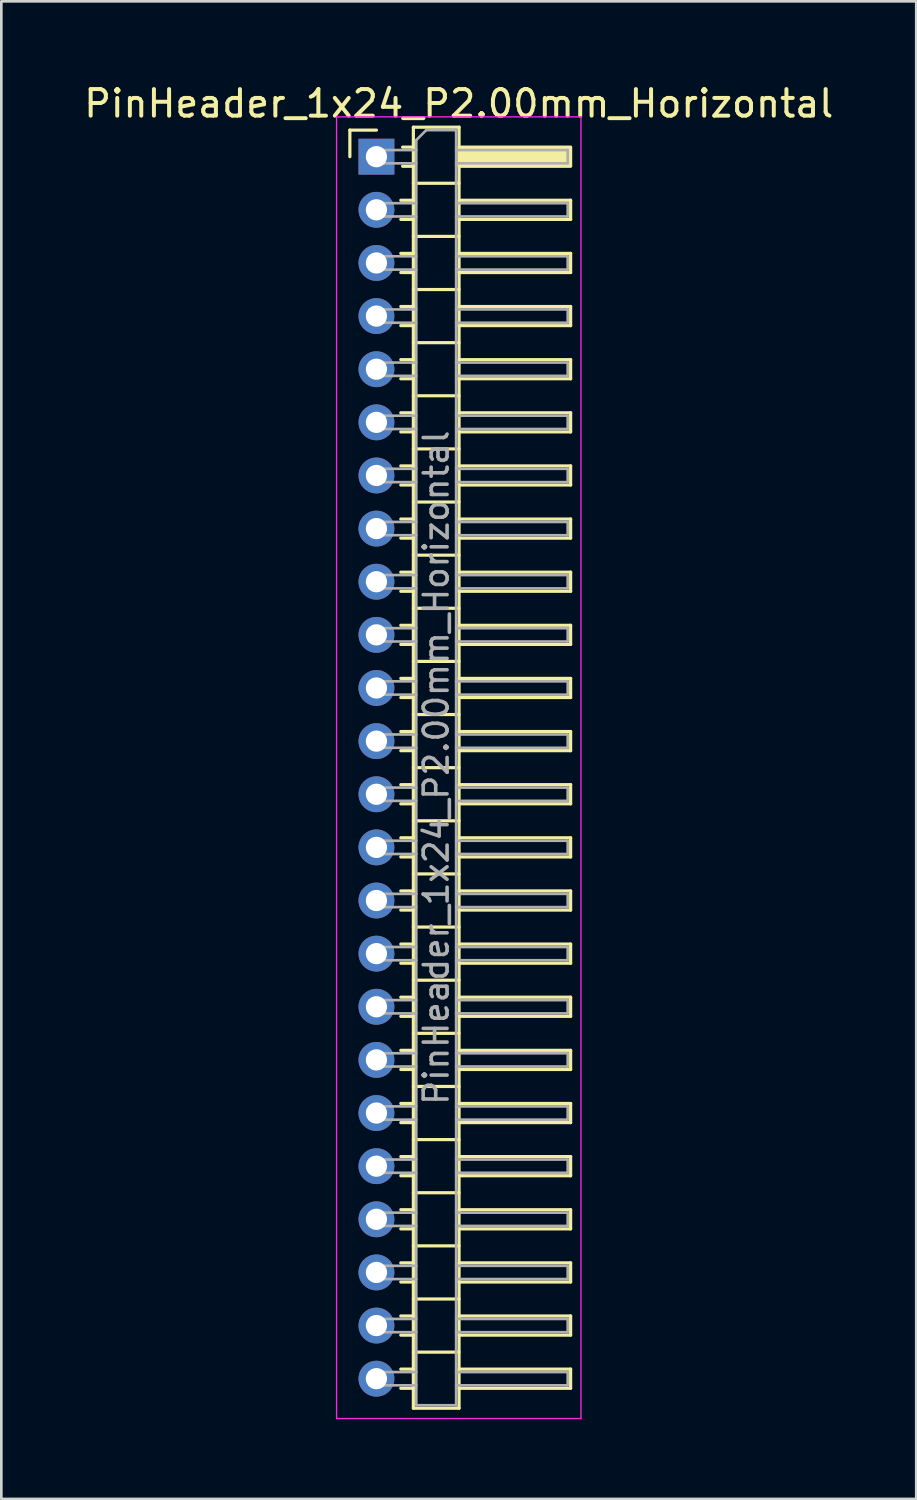
<source format=kicad_pcb>
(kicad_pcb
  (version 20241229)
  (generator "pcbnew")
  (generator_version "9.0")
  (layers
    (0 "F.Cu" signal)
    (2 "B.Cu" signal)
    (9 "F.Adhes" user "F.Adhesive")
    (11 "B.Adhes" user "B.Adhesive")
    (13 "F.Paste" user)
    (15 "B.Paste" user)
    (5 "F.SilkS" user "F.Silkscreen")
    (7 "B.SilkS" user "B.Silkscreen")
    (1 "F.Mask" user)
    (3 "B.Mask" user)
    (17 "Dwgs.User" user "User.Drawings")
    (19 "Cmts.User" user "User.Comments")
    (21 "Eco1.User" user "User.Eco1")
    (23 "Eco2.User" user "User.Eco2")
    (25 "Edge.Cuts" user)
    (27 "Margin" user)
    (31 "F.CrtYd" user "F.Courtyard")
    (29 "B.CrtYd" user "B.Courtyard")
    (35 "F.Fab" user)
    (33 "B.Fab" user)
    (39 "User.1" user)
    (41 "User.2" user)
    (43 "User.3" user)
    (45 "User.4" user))
  (footprint "PinHeader_1x24_P2.00mm_Horizontal"
    (layer "F.Cu")
    (at 11.12 2.848)
    (property "Reference" "PinHeader_1x24_P2.00mm_Horizontal" (at 3.1 -2 0) (layer "F.SilkS") (effects (font (size 1 1) (thickness 0.15))))
    (attr through_hole)
    (fp_line (start -1 -1) (end 0 -1) (stroke (width 0.12) (type solid)) (layer "F.SilkS"))
    (fp_line (start -1 0) (end -1 -1) (stroke (width 0.12) (type solid)) (layer "F.SilkS"))
    (fp_line (start 0.917 1.64) (end 1.39 1.64) (stroke (width 0.12) (type solid)) (layer "F.SilkS"))
    (fp_line (start 0.917 2.36) (end 1.39 2.36) (stroke (width 0.12) (type solid)) (layer "F.SilkS"))
    (fp_line (start 0.917 3.64) (end 1.39 3.64) (stroke (width 0.12) (type solid)) (layer "F.SilkS"))
    (fp_line (start 0.917 4.36) (end 1.39 4.36) (stroke (width 0.12) (type solid)) (layer "F.SilkS"))
    (fp_line (start 0.917 5.64) (end 1.39 5.64) (stroke (width 0.12) (type solid)) (layer "F.SilkS"))
    (fp_line (start 0.917 6.36) (end 1.39 6.36) (stroke (width 0.12) (type solid)) (layer "F.SilkS"))
    (fp_line (start 0.917 7.64) (end 1.39 7.64) (stroke (width 0.12) (type solid)) (layer "F.SilkS"))
    (fp_line (start 0.917 8.36) (end 1.39 8.36) (stroke (width 0.12) (type solid)) (layer "F.SilkS"))
    (fp_line (start 0.917 9.64) (end 1.39 9.64) (stroke (width 0.12) (type solid)) (layer "F.SilkS"))
    (fp_line (start 0.917 10.36) (end 1.39 10.36) (stroke (width 0.12) (type solid)) (layer "F.SilkS"))
    (fp_line (start 0.917 11.64) (end 1.39 11.64) (stroke (width 0.12) (type solid)) (layer "F.SilkS"))
    (fp_line (start 0.917 12.36) (end 1.39 12.36) (stroke (width 0.12) (type solid)) (layer "F.SilkS"))
    (fp_line (start 0.917 13.64) (end 1.39 13.64) (stroke (width 0.12) (type solid)) (layer "F.SilkS"))
    (fp_line (start 0.917 14.36) (end 1.39 14.36) (stroke (width 0.12) (type solid)) (layer "F.SilkS"))
    (fp_line (start 0.917 15.64) (end 1.39 15.64) (stroke (width 0.12) (type solid)) (layer "F.SilkS"))
    (fp_line (start 0.917 16.36) (end 1.39 16.36) (stroke (width 0.12) (type solid)) (layer "F.SilkS"))
    (fp_line (start 0.917 17.64) (end 1.39 17.64) (stroke (width 0.12) (type solid)) (layer "F.SilkS"))
    (fp_line (start 0.917 18.36) (end 1.39 18.36) (stroke (width 0.12) (type solid)) (layer "F.SilkS"))
    (fp_line (start 0.917 19.64) (end 1.39 19.64) (stroke (width 0.12) (type solid)) (layer "F.SilkS"))
    (fp_line (start 0.917 20.36) (end 1.39 20.36) (stroke (width 0.12) (type solid)) (layer "F.SilkS"))
    (fp_line (start 0.917 21.64) (end 1.39 21.64) (stroke (width 0.12) (type solid)) (layer "F.SilkS"))
    (fp_line (start 0.917 22.36) (end 1.39 22.36) (stroke (width 0.12) (type solid)) (layer "F.SilkS"))
    (fp_line (start 0.917 23.64) (end 1.39 23.64) (stroke (width 0.12) (type solid)) (layer "F.SilkS"))
    (fp_line (start 0.917 24.36) (end 1.39 24.36) (stroke (width 0.12) (type solid)) (layer "F.SilkS"))
    (fp_line (start 0.917 25.64) (end 1.39 25.64) (stroke (width 0.12) (type solid)) (layer "F.SilkS"))
    (fp_line (start 0.917 26.36) (end 1.39 26.36) (stroke (width 0.12) (type solid)) (layer "F.SilkS"))
    (fp_line (start 0.917 27.64) (end 1.39 27.64) (stroke (width 0.12) (type solid)) (layer "F.SilkS"))
    (fp_line (start 0.917 28.36) (end 1.39 28.36) (stroke (width 0.12) (type solid)) (layer "F.SilkS"))
    (fp_line (start 0.917 29.64) (end 1.39 29.64) (stroke (width 0.12) (type solid)) (layer "F.SilkS"))
    (fp_line (start 0.917 30.36) (end 1.39 30.36) (stroke (width 0.12) (type solid)) (layer "F.SilkS"))
    (fp_line (start 0.917 31.64) (end 1.39 31.64) (stroke (width 0.12) (type solid)) (layer "F.SilkS"))
    (fp_line (start 0.917 32.36) (end 1.39 32.36) (stroke (width 0.12) (type solid)) (layer "F.SilkS"))
    (fp_line (start 0.917 33.64) (end 1.39 33.64) (stroke (width 0.12) (type solid)) (layer "F.SilkS"))
    (fp_line (start 0.917 34.36) (end 1.39 34.36) (stroke (width 0.12) (type solid)) (layer "F.SilkS"))
    (fp_line (start 0.917 35.64) (end 1.39 35.64) (stroke (width 0.12) (type solid)) (layer "F.SilkS"))
    (fp_line (start 0.917 36.36) (end 1.39 36.36) (stroke (width 0.12) (type solid)) (layer "F.SilkS"))
    (fp_line (start 0.917 37.64) (end 1.39 37.64) (stroke (width 0.12) (type solid)) (layer "F.SilkS"))
    (fp_line (start 0.917 38.36) (end 1.39 38.36) (stroke (width 0.12) (type solid)) (layer "F.SilkS"))
    (fp_line (start 0.917 39.64) (end 1.39 39.64) (stroke (width 0.12) (type solid)) (layer "F.SilkS"))
    (fp_line (start 0.917 40.36) (end 1.39 40.36) (stroke (width 0.12) (type solid)) (layer "F.SilkS"))
    (fp_line (start 0.917 41.64) (end 1.39 41.64) (stroke (width 0.12) (type solid)) (layer "F.SilkS"))
    (fp_line (start 0.917 42.36) (end 1.39 42.36) (stroke (width 0.12) (type solid)) (layer "F.SilkS"))
    (fp_line (start 0.917 43.64) (end 1.39 43.64) (stroke (width 0.12) (type solid)) (layer "F.SilkS"))
    (fp_line (start 0.917 44.36) (end 1.39 44.36) (stroke (width 0.12) (type solid)) (layer "F.SilkS"))
    (fp_line (start 0.917 45.64) (end 1.39 45.64) (stroke (width 0.12) (type solid)) (layer "F.SilkS"))
    (fp_line (start 0.917 46.36) (end 1.39 46.36) (stroke (width 0.12) (type solid)) (layer "F.SilkS"))
    (fp_line (start 0.985 -0.36) (end 1.39 -0.36) (stroke (width 0.12) (type solid)) (layer "F.SilkS"))
    (fp_line (start 0.985 0.36) (end 1.39 0.36) (stroke (width 0.12) (type solid)) (layer "F.SilkS"))
    (fp_line (start 1.39 -1.11) (end 1.39 47.11) (stroke (width 0.12) (type solid)) (layer "F.SilkS"))
    (fp_line (start 1.39 1) (end 3.11 1) (stroke (width 0.12) (type solid)) (layer "F.SilkS"))
    (fp_line (start 1.39 3) (end 3.11 3) (stroke (width 0.12) (type solid)) (layer "F.SilkS"))
    (fp_line (start 1.39 5) (end 3.11 5) (stroke (width 0.12) (type solid)) (layer "F.SilkS"))
    (fp_line (start 1.39 7) (end 3.11 7) (stroke (width 0.12) (type solid)) (layer "F.SilkS"))
    (fp_line (start 1.39 9) (end 3.11 9) (stroke (width 0.12) (type solid)) (layer "F.SilkS"))
    (fp_line (start 1.39 11) (end 3.11 11) (stroke (width 0.12) (type solid)) (layer "F.SilkS"))
    (fp_line (start 1.39 13) (end 3.11 13) (stroke (width 0.12) (type solid)) (layer "F.SilkS"))
    (fp_line (start 1.39 15) (end 3.11 15) (stroke (width 0.12) (type solid)) (layer "F.SilkS"))
    (fp_line (start 1.39 17) (end 3.11 17) (stroke (width 0.12) (type solid)) (layer "F.SilkS"))
    (fp_line (start 1.39 19) (end 3.11 19) (stroke (width 0.12) (type solid)) (layer "F.SilkS"))
    (fp_line (start 1.39 21) (end 3.11 21) (stroke (width 0.12) (type solid)) (layer "F.SilkS"))
    (fp_line (start 1.39 23) (end 3.11 23) (stroke (width 0.12) (type solid)) (layer "F.SilkS"))
    (fp_line (start 1.39 25) (end 3.11 25) (stroke (width 0.12) (type solid)) (layer "F.SilkS"))
    (fp_line (start 1.39 27) (end 3.11 27) (stroke (width 0.12) (type solid)) (layer "F.SilkS"))
    (fp_line (start 1.39 29) (end 3.11 29) (stroke (width 0.12) (type solid)) (layer "F.SilkS"))
    (fp_line (start 1.39 31) (end 3.11 31) (stroke (width 0.12) (type solid)) (layer "F.SilkS"))
    (fp_line (start 1.39 33) (end 3.11 33) (stroke (width 0.12) (type solid)) (layer "F.SilkS"))
    (fp_line (start 1.39 35) (end 3.11 35) (stroke (width 0.12) (type solid)) (layer "F.SilkS"))
    (fp_line (start 1.39 37) (end 3.11 37) (stroke (width 0.12) (type solid)) (layer "F.SilkS"))
    (fp_line (start 1.39 39) (end 3.11 39) (stroke (width 0.12) (type solid)) (layer "F.SilkS"))
    (fp_line (start 1.39 41) (end 3.11 41) (stroke (width 0.12) (type solid)) (layer "F.SilkS"))
    (fp_line (start 1.39 43) (end 3.11 43) (stroke (width 0.12) (type solid)) (layer "F.SilkS"))
    (fp_line (start 1.39 45) (end 3.11 45) (stroke (width 0.12) (type solid)) (layer "F.SilkS"))
    (fp_line (start 1.39 47.11) (end 3.11 47.11) (stroke (width 0.12) (type solid)) (layer "F.SilkS"))
    (fp_line (start 3.11 -1.11) (end 1.39 -1.11) (stroke (width 0.12) (type solid)) (layer "F.SilkS"))
    (fp_line (start 3.11 1.64) (end 7.31 1.64) (stroke (width 0.12) (type solid)) (layer "F.SilkS"))
    (fp_line (start 3.11 3.64) (end 7.31 3.64) (stroke (width 0.12) (type solid)) (layer "F.SilkS"))
    (fp_line (start 3.11 5.64) (end 7.31 5.64) (stroke (width 0.12) (type solid)) (layer "F.SilkS"))
    (fp_line (start 3.11 7.64) (end 7.31 7.64) (stroke (width 0.12) (type solid)) (layer "F.SilkS"))
    (fp_line (start 3.11 9.64) (end 7.31 9.64) (stroke (width 0.12) (type solid)) (layer "F.SilkS"))
    (fp_line (start 3.11 11.64) (end 7.31 11.64) (stroke (width 0.12) (type solid)) (layer "F.SilkS"))
    (fp_line (start 3.11 13.64) (end 7.31 13.64) (stroke (width 0.12) (type solid)) (layer "F.SilkS"))
    (fp_line (start 3.11 15.64) (end 7.31 15.64) (stroke (width 0.12) (type solid)) (layer "F.SilkS"))
    (fp_line (start 3.11 17.64) (end 7.31 17.64) (stroke (width 0.12) (type solid)) (layer "F.SilkS"))
    (fp_line (start 3.11 19.64) (end 7.31 19.64) (stroke (width 0.12) (type solid)) (layer "F.SilkS"))
    (fp_line (start 3.11 21.64) (end 7.31 21.64) (stroke (width 0.12) (type solid)) (layer "F.SilkS"))
    (fp_line (start 3.11 23.64) (end 7.31 23.64) (stroke (width 0.12) (type solid)) (layer "F.SilkS"))
    (fp_line (start 3.11 25.64) (end 7.31 25.64) (stroke (width 0.12) (type solid)) (layer "F.SilkS"))
    (fp_line (start 3.11 27.64) (end 7.31 27.64) (stroke (width 0.12) (type solid)) (layer "F.SilkS"))
    (fp_line (start 3.11 29.64) (end 7.31 29.64) (stroke (width 0.12) (type solid)) (layer "F.SilkS"))
    (fp_line (start 3.11 31.64) (end 7.31 31.64) (stroke (width 0.12) (type solid)) (layer "F.SilkS"))
    (fp_line (start 3.11 33.64) (end 7.31 33.64) (stroke (width 0.12) (type solid)) (layer "F.SilkS"))
    (fp_line (start 3.11 35.64) (end 7.31 35.64) (stroke (width 0.12) (type solid)) (layer "F.SilkS"))
    (fp_line (start 3.11 37.64) (end 7.31 37.64) (stroke (width 0.12) (type solid)) (layer "F.SilkS"))
    (fp_line (start 3.11 39.64) (end 7.31 39.64) (stroke (width 0.12) (type solid)) (layer "F.SilkS"))
    (fp_line (start 3.11 41.64) (end 7.31 41.64) (stroke (width 0.12) (type solid)) (layer "F.SilkS"))
    (fp_line (start 3.11 43.64) (end 7.31 43.64) (stroke (width 0.12) (type solid)) (layer "F.SilkS"))
    (fp_line (start 3.11 45.64) (end 7.31 45.64) (stroke (width 0.12) (type solid)) (layer "F.SilkS"))
    (fp_line (start 3.11 47.11) (end 3.11 -1.11) (stroke (width 0.12) (type solid)) (layer "F.SilkS"))
    (fp_line (start 7.31 1.64) (end 7.31 2.36) (stroke (width 0.12) (type solid)) (layer "F.SilkS"))
    (fp_line (start 7.31 2.36) (end 3.11 2.36) (stroke (width 0.12) (type solid)) (layer "F.SilkS"))
    (fp_line (start 7.31 3.64) (end 7.31 4.36) (stroke (width 0.12) (type solid)) (layer "F.SilkS"))
    (fp_line (start 7.31 4.36) (end 3.11 4.36) (stroke (width 0.12) (type solid)) (layer "F.SilkS"))
    (fp_line (start 7.31 5.64) (end 7.31 6.36) (stroke (width 0.12) (type solid)) (layer "F.SilkS"))
    (fp_line (start 7.31 6.36) (end 3.11 6.36) (stroke (width 0.12) (type solid)) (layer "F.SilkS"))
    (fp_line (start 7.31 7.64) (end 7.31 8.36) (stroke (width 0.12) (type solid)) (layer "F.SilkS"))
    (fp_line (start 7.31 8.36) (end 3.11 8.36) (stroke (width 0.12) (type solid)) (layer "F.SilkS"))
    (fp_line (start 7.31 9.64) (end 7.31 10.36) (stroke (width 0.12) (type solid)) (layer "F.SilkS"))
    (fp_line (start 7.31 10.36) (end 3.11 10.36) (stroke (width 0.12) (type solid)) (layer "F.SilkS"))
    (fp_line (start 7.31 11.64) (end 7.31 12.36) (stroke (width 0.12) (type solid)) (layer "F.SilkS"))
    (fp_line (start 7.31 12.36) (end 3.11 12.36) (stroke (width 0.12) (type solid)) (layer "F.SilkS"))
    (fp_line (start 7.31 13.64) (end 7.31 14.36) (stroke (width 0.12) (type solid)) (layer "F.SilkS"))
    (fp_line (start 7.31 14.36) (end 3.11 14.36) (stroke (width 0.12) (type solid)) (layer "F.SilkS"))
    (fp_line (start 7.31 15.64) (end 7.31 16.36) (stroke (width 0.12) (type solid)) (layer "F.SilkS"))
    (fp_line (start 7.31 16.36) (end 3.11 16.36) (stroke (width 0.12) (type solid)) (layer "F.SilkS"))
    (fp_line (start 7.31 17.64) (end 7.31 18.36) (stroke (width 0.12) (type solid)) (layer "F.SilkS"))
    (fp_line (start 7.31 18.36) (end 3.11 18.36) (stroke (width 0.12) (type solid)) (layer "F.SilkS"))
    (fp_line (start 7.31 19.64) (end 7.31 20.36) (stroke (width 0.12) (type solid)) (layer "F.SilkS"))
    (fp_line (start 7.31 20.36) (end 3.11 20.36) (stroke (width 0.12) (type solid)) (layer "F.SilkS"))
    (fp_line (start 7.31 21.64) (end 7.31 22.36) (stroke (width 0.12) (type solid)) (layer "F.SilkS"))
    (fp_line (start 7.31 22.36) (end 3.11 22.36) (stroke (width 0.12) (type solid)) (layer "F.SilkS"))
    (fp_line (start 7.31 23.64) (end 7.31 24.36) (stroke (width 0.12) (type solid)) (layer "F.SilkS"))
    (fp_line (start 7.31 24.36) (end 3.11 24.36) (stroke (width 0.12) (type solid)) (layer "F.SilkS"))
    (fp_line (start 7.31 25.64) (end 7.31 26.36) (stroke (width 0.12) (type solid)) (layer "F.SilkS"))
    (fp_line (start 7.31 26.36) (end 3.11 26.36) (stroke (width 0.12) (type solid)) (layer "F.SilkS"))
    (fp_line (start 7.31 27.64) (end 7.31 28.36) (stroke (width 0.12) (type solid)) (layer "F.SilkS"))
    (fp_line (start 7.31 28.36) (end 3.11 28.36) (stroke (width 0.12) (type solid)) (layer "F.SilkS"))
    (fp_line (start 7.31 29.64) (end 7.31 30.36) (stroke (width 0.12) (type solid)) (layer "F.SilkS"))
    (fp_line (start 7.31 30.36) (end 3.11 30.36) (stroke (width 0.12) (type solid)) (layer "F.SilkS"))
    (fp_line (start 7.31 31.64) (end 7.31 32.36) (stroke (width 0.12) (type solid)) (layer "F.SilkS"))
    (fp_line (start 7.31 32.36) (end 3.11 32.36) (stroke (width 0.12) (type solid)) (layer "F.SilkS"))
    (fp_line (start 7.31 33.64) (end 7.31 34.36) (stroke (width 0.12) (type solid)) (layer "F.SilkS"))
    (fp_line (start 7.31 34.36) (end 3.11 34.36) (stroke (width 0.12) (type solid)) (layer "F.SilkS"))
    (fp_line (start 7.31 35.64) (end 7.31 36.36) (stroke (width 0.12) (type solid)) (layer "F.SilkS"))
    (fp_line (start 7.31 36.36) (end 3.11 36.36) (stroke (width 0.12) (type solid)) (layer "F.SilkS"))
    (fp_line (start 7.31 37.64) (end 7.31 38.36) (stroke (width 0.12) (type solid)) (layer "F.SilkS"))
    (fp_line (start 7.31 38.36) (end 3.11 38.36) (stroke (width 0.12) (type solid)) (layer "F.SilkS"))
    (fp_line (start 7.31 39.64) (end 7.31 40.36) (stroke (width 0.12) (type solid)) (layer "F.SilkS"))
    (fp_line (start 7.31 40.36) (end 3.11 40.36) (stroke (width 0.12) (type solid)) (layer "F.SilkS"))
    (fp_line (start 7.31 41.64) (end 7.31 42.36) (stroke (width 0.12) (type solid)) (layer "F.SilkS"))
    (fp_line (start 7.31 42.36) (end 3.11 42.36) (stroke (width 0.12) (type solid)) (layer "F.SilkS"))
    (fp_line (start 7.31 43.64) (end 7.31 44.36) (stroke (width 0.12) (type solid)) (layer "F.SilkS"))
    (fp_line (start 7.31 44.36) (end 3.11 44.36) (stroke (width 0.12) (type solid)) (layer "F.SilkS"))
    (fp_line (start 7.31 45.64) (end 7.31 46.36) (stroke (width 0.12) (type solid)) (layer "F.SilkS"))
    (fp_line (start 7.31 46.36) (end 3.11 46.36) (stroke (width 0.12) (type solid)) (layer "F.SilkS"))
    (fp_rect (start 3.11 -0.36) (end 7.31 0.36) (stroke (width 0.12) (type solid)) (fill yes) (layer "F.SilkS"))
    (fp_line (start -1.5 -1.5) (end -1.5 47.5) (stroke (width 0.05) (type solid)) (layer "F.CrtYd"))
    (fp_line (start -1.5 47.5) (end 7.7 47.5) (stroke (width 0.05) (type solid)) (layer "F.CrtYd"))
    (fp_line (start 7.7 -1.5) (end -1.5 -1.5) (stroke (width 0.05) (type solid)) (layer "F.CrtYd"))
    (fp_line (start 7.7 47.5) (end 7.7 -1.5) (stroke (width 0.05) (type solid)) (layer "F.CrtYd"))
    (fp_line (start -0.25 -0.25) (end -0.25 0.25) (stroke (width 0.1) (type solid)) (layer "F.Fab"))
    (fp_line (start -0.25 -0.25) (end 1.5 -0.25) (stroke (width 0.1) (type solid)) (layer "F.Fab"))
    (fp_line (start -0.25 0.25) (end 1.5 0.25) (stroke (width 0.1) (type solid)) (layer "F.Fab"))
    (fp_line (start -0.25 1.75) (end -0.25 2.25) (stroke (width 0.1) (type solid)) (layer "F.Fab"))
    (fp_line (start -0.25 1.75) (end 1.5 1.75) (stroke (width 0.1) (type solid)) (layer "F.Fab"))
    (fp_line (start -0.25 2.25) (end 1.5 2.25) (stroke (width 0.1) (type solid)) (layer "F.Fab"))
    (fp_line (start -0.25 3.75) (end -0.25 4.25) (stroke (width 0.1) (type solid)) (layer "F.Fab"))
    (fp_line (start -0.25 3.75) (end 1.5 3.75) (stroke (width 0.1) (type solid)) (layer "F.Fab"))
    (fp_line (start -0.25 4.25) (end 1.5 4.25) (stroke (width 0.1) (type solid)) (layer "F.Fab"))
    (fp_line (start -0.25 5.75) (end -0.25 6.25) (stroke (width 0.1) (type solid)) (layer "F.Fab"))
    (fp_line (start -0.25 5.75) (end 1.5 5.75) (stroke (width 0.1) (type solid)) (layer "F.Fab"))
    (fp_line (start -0.25 6.25) (end 1.5 6.25) (stroke (width 0.1) (type solid)) (layer "F.Fab"))
    (fp_line (start -0.25 7.75) (end -0.25 8.25) (stroke (width 0.1) (type solid)) (layer "F.Fab"))
    (fp_line (start -0.25 7.75) (end 1.5 7.75) (stroke (width 0.1) (type solid)) (layer "F.Fab"))
    (fp_line (start -0.25 8.25) (end 1.5 8.25) (stroke (width 0.1) (type solid)) (layer "F.Fab"))
    (fp_line (start -0.25 9.75) (end -0.25 10.25) (stroke (width 0.1) (type solid)) (layer "F.Fab"))
    (fp_line (start -0.25 9.75) (end 1.5 9.75) (stroke (width 0.1) (type solid)) (layer "F.Fab"))
    (fp_line (start -0.25 10.25) (end 1.5 10.25) (stroke (width 0.1) (type solid)) (layer "F.Fab"))
    (fp_line (start -0.25 11.75) (end -0.25 12.25) (stroke (width 0.1) (type solid)) (layer "F.Fab"))
    (fp_line (start -0.25 11.75) (end 1.5 11.75) (stroke (width 0.1) (type solid)) (layer "F.Fab"))
    (fp_line (start -0.25 12.25) (end 1.5 12.25) (stroke (width 0.1) (type solid)) (layer "F.Fab"))
    (fp_line (start -0.25 13.75) (end -0.25 14.25) (stroke (width 0.1) (type solid)) (layer "F.Fab"))
    (fp_line (start -0.25 13.75) (end 1.5 13.75) (stroke (width 0.1) (type solid)) (layer "F.Fab"))
    (fp_line (start -0.25 14.25) (end 1.5 14.25) (stroke (width 0.1) (type solid)) (layer "F.Fab"))
    (fp_line (start -0.25 15.75) (end -0.25 16.25) (stroke (width 0.1) (type solid)) (layer "F.Fab"))
    (fp_line (start -0.25 15.75) (end 1.5 15.75) (stroke (width 0.1) (type solid)) (layer "F.Fab"))
    (fp_line (start -0.25 16.25) (end 1.5 16.25) (stroke (width 0.1) (type solid)) (layer "F.Fab"))
    (fp_line (start -0.25 17.75) (end -0.25 18.25) (stroke (width 0.1) (type solid)) (layer "F.Fab"))
    (fp_line (start -0.25 17.75) (end 1.5 17.75) (stroke (width 0.1) (type solid)) (layer "F.Fab"))
    (fp_line (start -0.25 18.25) (end 1.5 18.25) (stroke (width 0.1) (type solid)) (layer "F.Fab"))
    (fp_line (start -0.25 19.75) (end -0.25 20.25) (stroke (width 0.1) (type solid)) (layer "F.Fab"))
    (fp_line (start -0.25 19.75) (end 1.5 19.75) (stroke (width 0.1) (type solid)) (layer "F.Fab"))
    (fp_line (start -0.25 20.25) (end 1.5 20.25) (stroke (width 0.1) (type solid)) (layer "F.Fab"))
    (fp_line (start -0.25 21.75) (end -0.25 22.25) (stroke (width 0.1) (type solid)) (layer "F.Fab"))
    (fp_line (start -0.25 21.75) (end 1.5 21.75) (stroke (width 0.1) (type solid)) (layer "F.Fab"))
    (fp_line (start -0.25 22.25) (end 1.5 22.25) (stroke (width 0.1) (type solid)) (layer "F.Fab"))
    (fp_line (start -0.25 23.75) (end -0.25 24.25) (stroke (width 0.1) (type solid)) (layer "F.Fab"))
    (fp_line (start -0.25 23.75) (end 1.5 23.75) (stroke (width 0.1) (type solid)) (layer "F.Fab"))
    (fp_line (start -0.25 24.25) (end 1.5 24.25) (stroke (width 0.1) (type solid)) (layer "F.Fab"))
    (fp_line (start -0.25 25.75) (end -0.25 26.25) (stroke (width 0.1) (type solid)) (layer "F.Fab"))
    (fp_line (start -0.25 25.75) (end 1.5 25.75) (stroke (width 0.1) (type solid)) (layer "F.Fab"))
    (fp_line (start -0.25 26.25) (end 1.5 26.25) (stroke (width 0.1) (type solid)) (layer "F.Fab"))
    (fp_line (start -0.25 27.75) (end -0.25 28.25) (stroke (width 0.1) (type solid)) (layer "F.Fab"))
    (fp_line (start -0.25 27.75) (end 1.5 27.75) (stroke (width 0.1) (type solid)) (layer "F.Fab"))
    (fp_line (start -0.25 28.25) (end 1.5 28.25) (stroke (width 0.1) (type solid)) (layer "F.Fab"))
    (fp_line (start -0.25 29.75) (end -0.25 30.25) (stroke (width 0.1) (type solid)) (layer "F.Fab"))
    (fp_line (start -0.25 29.75) (end 1.5 29.75) (stroke (width 0.1) (type solid)) (layer "F.Fab"))
    (fp_line (start -0.25 30.25) (end 1.5 30.25) (stroke (width 0.1) (type solid)) (layer "F.Fab"))
    (fp_line (start -0.25 31.75) (end -0.25 32.25) (stroke (width 0.1) (type solid)) (layer "F.Fab"))
    (fp_line (start -0.25 31.75) (end 1.5 31.75) (stroke (width 0.1) (type solid)) (layer "F.Fab"))
    (fp_line (start -0.25 32.25) (end 1.5 32.25) (stroke (width 0.1) (type solid)) (layer "F.Fab"))
    (fp_line (start -0.25 33.75) (end -0.25 34.25) (stroke (width 0.1) (type solid)) (layer "F.Fab"))
    (fp_line (start -0.25 33.75) (end 1.5 33.75) (stroke (width 0.1) (type solid)) (layer "F.Fab"))
    (fp_line (start -0.25 34.25) (end 1.5 34.25) (stroke (width 0.1) (type solid)) (layer "F.Fab"))
    (fp_line (start -0.25 35.75) (end -0.25 36.25) (stroke (width 0.1) (type solid)) (layer "F.Fab"))
    (fp_line (start -0.25 35.75) (end 1.5 35.75) (stroke (width 0.1) (type solid)) (layer "F.Fab"))
    (fp_line (start -0.25 36.25) (end 1.5 36.25) (stroke (width 0.1) (type solid)) (layer "F.Fab"))
    (fp_line (start -0.25 37.75) (end -0.25 38.25) (stroke (width 0.1) (type solid)) (layer "F.Fab"))
    (fp_line (start -0.25 37.75) (end 1.5 37.75) (stroke (width 0.1) (type solid)) (layer "F.Fab"))
    (fp_line (start -0.25 38.25) (end 1.5 38.25) (stroke (width 0.1) (type solid)) (layer "F.Fab"))
    (fp_line (start -0.25 39.75) (end -0.25 40.25) (stroke (width 0.1) (type solid)) (layer "F.Fab"))
    (fp_line (start -0.25 39.75) (end 1.5 39.75) (stroke (width 0.1) (type solid)) (layer "F.Fab"))
    (fp_line (start -0.25 40.25) (end 1.5 40.25) (stroke (width 0.1) (type solid)) (layer "F.Fab"))
    (fp_line (start -0.25 41.75) (end -0.25 42.25) (stroke (width 0.1) (type solid)) (layer "F.Fab"))
    (fp_line (start -0.25 41.75) (end 1.5 41.75) (stroke (width 0.1) (type solid)) (layer "F.Fab"))
    (fp_line (start -0.25 42.25) (end 1.5 42.25) (stroke (width 0.1) (type solid)) (layer "F.Fab"))
    (fp_line (start -0.25 43.75) (end -0.25 44.25) (stroke (width 0.1) (type solid)) (layer "F.Fab"))
    (fp_line (start -0.25 43.75) (end 1.5 43.75) (stroke (width 0.1) (type solid)) (layer "F.Fab"))
    (fp_line (start -0.25 44.25) (end 1.5 44.25) (stroke (width 0.1) (type solid)) (layer "F.Fab"))
    (fp_line (start -0.25 45.75) (end -0.25 46.25) (stroke (width 0.1) (type solid)) (layer "F.Fab"))
    (fp_line (start -0.25 45.75) (end 1.5 45.75) (stroke (width 0.1) (type solid)) (layer "F.Fab"))
    (fp_line (start -0.25 46.25) (end 1.5 46.25) (stroke (width 0.1) (type solid)) (layer "F.Fab"))
    (fp_line (start 1.5 -0.625) (end 1.875 -1) (stroke (width 0.1) (type solid)) (layer "F.Fab"))
    (fp_line (start 1.5 47) (end 1.5 -0.625) (stroke (width 0.1) (type solid)) (layer "F.Fab"))
    (fp_line (start 1.875 -1) (end 3 -1) (stroke (width 0.1) (type solid)) (layer "F.Fab"))
    (fp_line (start 3 -1) (end 3 47) (stroke (width 0.1) (type solid)) (layer "F.Fab"))
    (fp_line (start 3 -0.25) (end 7.2 -0.25) (stroke (width 0.1) (type solid)) (layer "F.Fab"))
    (fp_line (start 3 0.25) (end 7.2 0.25) (stroke (width 0.1) (type solid)) (layer "F.Fab"))
    (fp_line (start 3 1.75) (end 7.2 1.75) (stroke (width 0.1) (type solid)) (layer "F.Fab"))
    (fp_line (start 3 2.25) (end 7.2 2.25) (stroke (width 0.1) (type solid)) (layer "F.Fab"))
    (fp_line (start 3 3.75) (end 7.2 3.75) (stroke (width 0.1) (type solid)) (layer "F.Fab"))
    (fp_line (start 3 4.25) (end 7.2 4.25) (stroke (width 0.1) (type solid)) (layer "F.Fab"))
    (fp_line (start 3 5.75) (end 7.2 5.75) (stroke (width 0.1) (type solid)) (layer "F.Fab"))
    (fp_line (start 3 6.25) (end 7.2 6.25) (stroke (width 0.1) (type solid)) (layer "F.Fab"))
    (fp_line (start 3 7.75) (end 7.2 7.75) (stroke (width 0.1) (type solid)) (layer "F.Fab"))
    (fp_line (start 3 8.25) (end 7.2 8.25) (stroke (width 0.1) (type solid)) (layer "F.Fab"))
    (fp_line (start 3 9.75) (end 7.2 9.75) (stroke (width 0.1) (type solid)) (layer "F.Fab"))
    (fp_line (start 3 10.25) (end 7.2 10.25) (stroke (width 0.1) (type solid)) (layer "F.Fab"))
    (fp_line (start 3 11.75) (end 7.2 11.75) (stroke (width 0.1) (type solid)) (layer "F.Fab"))
    (fp_line (start 3 12.25) (end 7.2 12.25) (stroke (width 0.1) (type solid)) (layer "F.Fab"))
    (fp_line (start 3 13.75) (end 7.2 13.75) (stroke (width 0.1) (type solid)) (layer "F.Fab"))
    (fp_line (start 3 14.25) (end 7.2 14.25) (stroke (width 0.1) (type solid)) (layer "F.Fab"))
    (fp_line (start 3 15.75) (end 7.2 15.75) (stroke (width 0.1) (type solid)) (layer "F.Fab"))
    (fp_line (start 3 16.25) (end 7.2 16.25) (stroke (width 0.1) (type solid)) (layer "F.Fab"))
    (fp_line (start 3 17.75) (end 7.2 17.75) (stroke (width 0.1) (type solid)) (layer "F.Fab"))
    (fp_line (start 3 18.25) (end 7.2 18.25) (stroke (width 0.1) (type solid)) (layer "F.Fab"))
    (fp_line (start 3 19.75) (end 7.2 19.75) (stroke (width 0.1) (type solid)) (layer "F.Fab"))
    (fp_line (start 3 20.25) (end 7.2 20.25) (stroke (width 0.1) (type solid)) (layer "F.Fab"))
    (fp_line (start 3 21.75) (end 7.2 21.75) (stroke (width 0.1) (type solid)) (layer "F.Fab"))
    (fp_line (start 3 22.25) (end 7.2 22.25) (stroke (width 0.1) (type solid)) (layer "F.Fab"))
    (fp_line (start 3 23.75) (end 7.2 23.75) (stroke (width 0.1) (type solid)) (layer "F.Fab"))
    (fp_line (start 3 24.25) (end 7.2 24.25) (stroke (width 0.1) (type solid)) (layer "F.Fab"))
    (fp_line (start 3 25.75) (end 7.2 25.75) (stroke (width 0.1) (type solid)) (layer "F.Fab"))
    (fp_line (start 3 26.25) (end 7.2 26.25) (stroke (width 0.1) (type solid)) (layer "F.Fab"))
    (fp_line (start 3 27.75) (end 7.2 27.75) (stroke (width 0.1) (type solid)) (layer "F.Fab"))
    (fp_line (start 3 28.25) (end 7.2 28.25) (stroke (width 0.1) (type solid)) (layer "F.Fab"))
    (fp_line (start 3 29.75) (end 7.2 29.75) (stroke (width 0.1) (type solid)) (layer "F.Fab"))
    (fp_line (start 3 30.25) (end 7.2 30.25) (stroke (width 0.1) (type solid)) (layer "F.Fab"))
    (fp_line (start 3 31.75) (end 7.2 31.75) (stroke (width 0.1) (type solid)) (layer "F.Fab"))
    (fp_line (start 3 32.25) (end 7.2 32.25) (stroke (width 0.1) (type solid)) (layer "F.Fab"))
    (fp_line (start 3 33.75) (end 7.2 33.75) (stroke (width 0.1) (type solid)) (layer "F.Fab"))
    (fp_line (start 3 34.25) (end 7.2 34.25) (stroke (width 0.1) (type solid)) (layer "F.Fab"))
    (fp_line (start 3 35.75) (end 7.2 35.75) (stroke (width 0.1) (type solid)) (layer "F.Fab"))
    (fp_line (start 3 36.25) (end 7.2 36.25) (stroke (width 0.1) (type solid)) (layer "F.Fab"))
    (fp_line (start 3 37.75) (end 7.2 37.75) (stroke (width 0.1) (type solid)) (layer "F.Fab"))
    (fp_line (start 3 38.25) (end 7.2 38.25) (stroke (width 0.1) (type solid)) (layer "F.Fab"))
    (fp_line (start 3 39.75) (end 7.2 39.75) (stroke (width 0.1) (type solid)) (layer "F.Fab"))
    (fp_line (start 3 40.25) (end 7.2 40.25) (stroke (width 0.1) (type solid)) (layer "F.Fab"))
    (fp_line (start 3 41.75) (end 7.2 41.75) (stroke (width 0.1) (type solid)) (layer "F.Fab"))
    (fp_line (start 3 42.25) (end 7.2 42.25) (stroke (width 0.1) (type solid)) (layer "F.Fab"))
    (fp_line (start 3 43.75) (end 7.2 43.75) (stroke (width 0.1) (type solid)) (layer "F.Fab"))
    (fp_line (start 3 44.25) (end 7.2 44.25) (stroke (width 0.1) (type solid)) (layer "F.Fab"))
    (fp_line (start 3 45.75) (end 7.2 45.75) (stroke (width 0.1) (type solid)) (layer "F.Fab"))
    (fp_line (start 3 46.25) (end 7.2 46.25) (stroke (width 0.1) (type solid)) (layer "F.Fab"))
    (fp_line (start 3 47) (end 1.5 47) (stroke (width 0.1) (type solid)) (layer "F.Fab"))
    (fp_line (start 7.2 -0.25) (end 7.2 0.25) (stroke (width 0.1) (type solid)) (layer "F.Fab"))
    (fp_line (start 7.2 1.75) (end 7.2 2.25) (stroke (width 0.1) (type solid)) (layer "F.Fab"))
    (fp_line (start 7.2 3.75) (end 7.2 4.25) (stroke (width 0.1) (type solid)) (layer "F.Fab"))
    (fp_line (start 7.2 5.75) (end 7.2 6.25) (stroke (width 0.1) (type solid)) (layer "F.Fab"))
    (fp_line (start 7.2 7.75) (end 7.2 8.25) (stroke (width 0.1) (type solid)) (layer "F.Fab"))
    (fp_line (start 7.2 9.75) (end 7.2 10.25) (stroke (width 0.1) (type solid)) (layer "F.Fab"))
    (fp_line (start 7.2 11.75) (end 7.2 12.25) (stroke (width 0.1) (type solid)) (layer "F.Fab"))
    (fp_line (start 7.2 13.75) (end 7.2 14.25) (stroke (width 0.1) (type solid)) (layer "F.Fab"))
    (fp_line (start 7.2 15.75) (end 7.2 16.25) (stroke (width 0.1) (type solid)) (layer "F.Fab"))
    (fp_line (start 7.2 17.75) (end 7.2 18.25) (stroke (width 0.1) (type solid)) (layer "F.Fab"))
    (fp_line (start 7.2 19.75) (end 7.2 20.25) (stroke (width 0.1) (type solid)) (layer "F.Fab"))
    (fp_line (start 7.2 21.75) (end 7.2 22.25) (stroke (width 0.1) (type solid)) (layer "F.Fab"))
    (fp_line (start 7.2 23.75) (end 7.2 24.25) (stroke (width 0.1) (type solid)) (layer "F.Fab"))
    (fp_line (start 7.2 25.75) (end 7.2 26.25) (stroke (width 0.1) (type solid)) (layer "F.Fab"))
    (fp_line (start 7.2 27.75) (end 7.2 28.25) (stroke (width 0.1) (type solid)) (layer "F.Fab"))
    (fp_line (start 7.2 29.75) (end 7.2 30.25) (stroke (width 0.1) (type solid)) (layer "F.Fab"))
    (fp_line (start 7.2 31.75) (end 7.2 32.25) (stroke (width 0.1) (type solid)) (layer "F.Fab"))
    (fp_line (start 7.2 33.75) (end 7.2 34.25) (stroke (width 0.1) (type solid)) (layer "F.Fab"))
    (fp_line (start 7.2 35.75) (end 7.2 36.25) (stroke (width 0.1) (type solid)) (layer "F.Fab"))
    (fp_line (start 7.2 37.75) (end 7.2 38.25) (stroke (width 0.1) (type solid)) (layer "F.Fab"))
    (fp_line (start 7.2 39.75) (end 7.2 40.25) (stroke (width 0.1) (type solid)) (layer "F.Fab"))
    (fp_line (start 7.2 41.75) (end 7.2 42.25) (stroke (width 0.1) (type solid)) (layer "F.Fab"))
    (fp_line (start 7.2 43.75) (end 7.2 44.25) (stroke (width 0.1) (type solid)) (layer "F.Fab"))
    (fp_line (start 7.2 45.75) (end 7.2 46.25) (stroke (width 0.1) (type solid)) (layer "F.Fab"))
    (fp_text user "${REFERENCE}" (at 2.25 23 90) (layer "F.Fab") (effects (font (size 0.9 0.9) (thickness 0.135))))
    (pad "1" thru_hole rect (at 0 0) (size 1.35 1.35) (drill 0.8) (layers "*.Cu" "*.Mask"))
    (pad "2" thru_hole circle (at 0 2) (size 1.35 1.35) (drill 0.8) (layers "*.Cu" "*.Mask"))
    (pad "3" thru_hole circle (at 0 4) (size 1.35 1.35) (drill 0.8) (layers "*.Cu" "*.Mask"))
    (pad "4" thru_hole circle (at 0 6) (size 1.35 1.35) (drill 0.8) (layers "*.Cu" "*.Mask"))
    (pad "5" thru_hole circle (at 0 8) (size 1.35 1.35) (drill 0.8) (layers "*.Cu" "*.Mask"))
    (pad "6" thru_hole circle (at 0 10) (size 1.35 1.35) (drill 0.8) (layers "*.Cu" "*.Mask"))
    (pad "7" thru_hole circle (at 0 12) (size 1.35 1.35) (drill 0.8) (layers "*.Cu" "*.Mask"))
    (pad "8" thru_hole circle (at 0 14) (size 1.35 1.35) (drill 0.8) (layers "*.Cu" "*.Mask"))
    (pad "9" thru_hole circle (at 0 16) (size 1.35 1.35) (drill 0.8) (layers "*.Cu" "*.Mask"))
    (pad "10" thru_hole circle (at 0 18) (size 1.35 1.35) (drill 0.8) (layers "*.Cu" "*.Mask"))
    (pad "11" thru_hole circle (at 0 20) (size 1.35 1.35) (drill 0.8) (layers "*.Cu" "*.Mask"))
    (pad "12" thru_hole circle (at 0 22) (size 1.35 1.35) (drill 0.8) (layers "*.Cu" "*.Mask"))
    (pad "13" thru_hole circle (at 0 24) (size 1.35 1.35) (drill 0.8) (layers "*.Cu" "*.Mask"))
    (pad "14" thru_hole circle (at 0 26) (size 1.35 1.35) (drill 0.8) (layers "*.Cu" "*.Mask"))
    (pad "15" thru_hole circle (at 0 28) (size 1.35 1.35) (drill 0.8) (layers "*.Cu" "*.Mask"))
    (pad "16" thru_hole circle (at 0 30) (size 1.35 1.35) (drill 0.8) (layers "*.Cu" "*.Mask"))
    (pad "17" thru_hole circle (at 0 32) (size 1.35 1.35) (drill 0.8) (layers "*.Cu" "*.Mask"))
    (pad "18" thru_hole circle (at 0 34) (size 1.35 1.35) (drill 0.8) (layers "*.Cu" "*.Mask"))
    (pad "19" thru_hole circle (at 0 36) (size 1.35 1.35) (drill 0.8) (layers "*.Cu" "*.Mask"))
    (pad "20" thru_hole circle (at 0 38) (size 1.35 1.35) (drill 0.8) (layers "*.Cu" "*.Mask"))
    (pad "21" thru_hole circle (at 0 40) (size 1.35 1.35) (drill 0.8) (layers "*.Cu" "*.Mask"))
    (pad "22" thru_hole circle (at 0 42) (size 1.35 1.35) (drill 0.8) (layers "*.Cu" "*.Mask"))
    (pad "23" thru_hole circle (at 0 44) (size 1.35 1.35) (drill 0.8) (layers "*.Cu" "*.Mask"))
    (pad "24" thru_hole circle (at 0 46) (size 1.35 1.35) (drill 0.8) (layers "*.Cu" "*.Mask")))
  (gr_rect
    (start -3 -3)
    (end 31.44 53.373)
    (stroke (width 0.1) (type default))
    (fill no)
    (layer "Edge.Cuts")))
</source>
